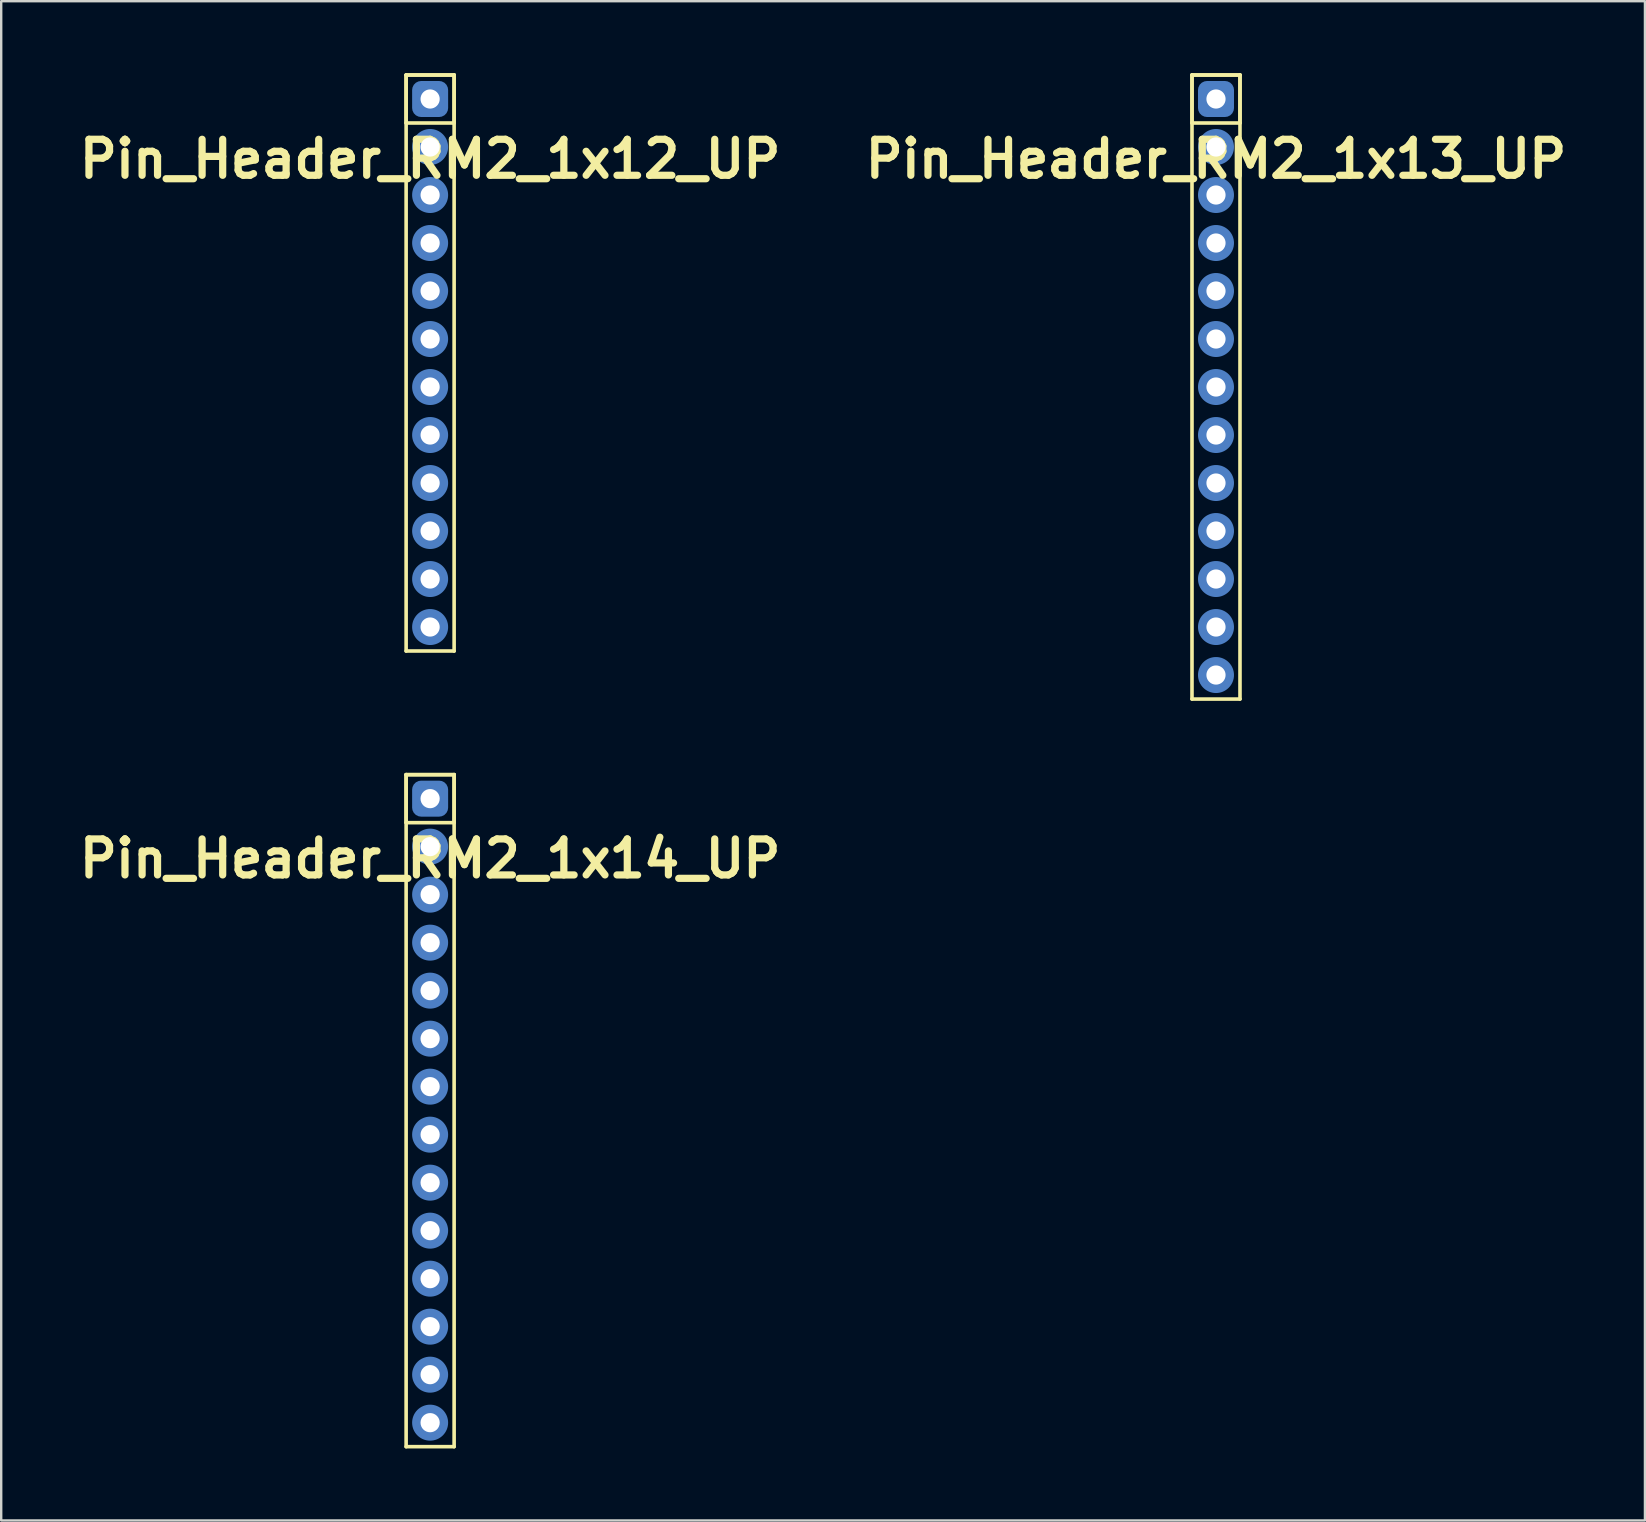
<source format=kicad_pcb>
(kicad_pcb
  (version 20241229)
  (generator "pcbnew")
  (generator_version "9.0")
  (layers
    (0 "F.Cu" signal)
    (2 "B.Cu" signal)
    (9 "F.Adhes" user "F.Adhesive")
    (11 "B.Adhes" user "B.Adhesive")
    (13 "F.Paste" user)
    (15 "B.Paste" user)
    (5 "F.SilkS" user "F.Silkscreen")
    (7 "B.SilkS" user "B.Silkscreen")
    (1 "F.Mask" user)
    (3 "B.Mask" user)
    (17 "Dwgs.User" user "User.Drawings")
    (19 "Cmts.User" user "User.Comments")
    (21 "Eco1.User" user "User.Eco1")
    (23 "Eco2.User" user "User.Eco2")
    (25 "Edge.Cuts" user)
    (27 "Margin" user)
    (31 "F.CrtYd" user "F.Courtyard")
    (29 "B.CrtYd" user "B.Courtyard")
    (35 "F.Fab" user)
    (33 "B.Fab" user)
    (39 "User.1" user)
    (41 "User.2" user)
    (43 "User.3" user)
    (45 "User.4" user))
  (footprint "Pin_Header_RM2_1x14_UP"
    (layer "F.Cu")
    (at 14.871 30.225)
    (property "Reference" "Pin_Header_RM2_1x14_UP" (at 0 2.5 0) (layer "F.SilkS") (effects (font (size 1.5 1.5) (thickness 0.3))))
    (attr through_hole)
    (fp_line (start -1 -1) (end 1 -1) (stroke (width 0.15) (type solid)) (layer "F.SilkS"))
    (fp_line (start -1 -1) (end 1 -1) (stroke (width 0.15) (type solid)) (layer "F.SilkS"))
    (fp_line (start -1 1) (end -1 -1) (stroke (width 0.15) (type solid)) (layer "F.SilkS"))
    (fp_line (start -1 27) (end -1 -1) (stroke (width 0.15) (type solid)) (layer "F.SilkS"))
    (fp_line (start 1 -1) (end 1 1) (stroke (width 0.15) (type solid)) (layer "F.SilkS"))
    (fp_line (start 1 -1) (end 1 27) (stroke (width 0.15) (type solid)) (layer "F.SilkS"))
    (fp_line (start 1 1) (end -1 1) (stroke (width 0.15) (type solid)) (layer "F.SilkS"))
    (fp_line (start 1 27) (end -1 27) (stroke (width 0.15) (type solid)) (layer "F.SilkS"))
    (pad "1" thru_hole circle (at 0 0) (size 1.1 1.1) (drill 0.8) (layers "*.Cu" "*.Mask"))
    (pad "1" smd roundrect (at 0 0) (size 1.25 1.25) (layers "F.Cu" "F.Mask") (roundrect_rratio 0.25))
    (pad "1" smd roundrect (at 0 0) (size 1.5 1.5) (layers "B.Cu" "B.Mask") (roundrect_rratio 0.25))
    (pad "2" thru_hole circle (at 0 2) (size 1.1 1.1) (drill 0.8) (layers "*.Cu" "*.Mask"))
    (pad "2" smd circle (at 0 2) (size 1.25 1.25) (layers "F.Cu" "F.Mask"))
    (pad "2" smd circle (at 0 2) (size 1.5 1.5) (layers "B.Cu" "B.Mask"))
    (pad "3" thru_hole circle (at 0 4) (size 1.1 1.1) (drill 0.8) (layers "*.Cu" "*.Mask"))
    (pad "3" smd circle (at 0 4) (size 1.25 1.25) (layers "F.Cu" "F.Mask"))
    (pad "3" smd circle (at 0 4) (size 1.5 1.5) (layers "B.Cu" "B.Mask"))
    (pad "4" thru_hole circle (at 0 6) (size 1.1 1.1) (drill 0.8) (layers "*.Cu" "*.Mask"))
    (pad "4" smd circle (at 0 6) (size 1.25 1.25) (layers "F.Cu" "F.Mask"))
    (pad "4" smd circle (at 0 6) (size 1.5 1.5) (layers "B.Cu" "B.Mask"))
    (pad "5" thru_hole circle (at 0 8) (size 1.1 1.1) (drill 0.8) (layers "*.Cu" "*.Mask"))
    (pad "5" smd circle (at 0 8) (size 1.25 1.25) (layers "F.Cu" "F.Mask"))
    (pad "5" smd circle (at 0 8) (size 1.5 1.5) (layers "B.Cu" "B.Mask"))
    (pad "6" thru_hole circle (at 0 10) (size 1.1 1.1) (drill 0.8) (layers "*.Cu" "*.Mask"))
    (pad "6" smd circle (at 0 10) (size 1.25 1.25) (layers "F.Cu" "F.Mask"))
    (pad "6" smd circle (at 0 10) (size 1.5 1.5) (layers "B.Cu" "B.Mask"))
    (pad "7" thru_hole circle (at 0 12) (size 1.1 1.1) (drill 0.8) (layers "*.Cu" "*.Mask"))
    (pad "7" smd circle (at 0 12) (size 1.25 1.25) (layers "F.Cu" "F.Mask"))
    (pad "7" smd circle (at 0 12) (size 1.5 1.5) (layers "B.Cu" "B.Mask"))
    (pad "8" thru_hole circle (at 0 14) (size 1.1 1.1) (drill 0.8) (layers "*.Cu" "*.Mask"))
    (pad "8" smd circle (at 0 14) (size 1.25 1.25) (layers "F.Cu" "F.Mask"))
    (pad "8" smd circle (at 0 14) (size 1.5 1.5) (layers "B.Cu" "B.Mask"))
    (pad "9" thru_hole circle (at 0 16) (size 1.1 1.1) (drill 0.8) (layers "*.Cu" "*.Mask"))
    (pad "9" smd circle (at 0 16) (size 1.25 1.25) (layers "F.Cu" "F.Mask"))
    (pad "9" smd circle (at 0 16) (size 1.5 1.5) (layers "B.Cu" "B.Mask"))
    (pad "10" thru_hole circle (at 0 18) (size 1.1 1.1) (drill 0.8) (layers "*.Cu" "*.Mask"))
    (pad "10" smd circle (at 0 18) (size 1.25 1.25) (layers "F.Cu" "F.Mask"))
    (pad "10" smd circle (at 0 18) (size 1.5 1.5) (layers "B.Cu" "B.Mask"))
    (pad "11" thru_hole circle (at 0 20) (size 1.1 1.1) (drill 0.8) (layers "*.Cu" "*.Mask"))
    (pad "11" smd circle (at 0 20) (size 1.25 1.25) (layers "F.Cu" "F.Mask"))
    (pad "11" smd circle (at 0 20) (size 1.5 1.5) (layers "B.Cu" "B.Mask"))
    (pad "12" thru_hole circle (at 0 22) (size 1.1 1.1) (drill 0.8) (layers "*.Cu" "*.Mask"))
    (pad "12" smd circle (at 0 22) (size 1.25 1.25) (layers "F.Cu" "F.Mask"))
    (pad "12" smd circle (at 0 22) (size 1.5 1.5) (layers "B.Cu" "B.Mask"))
    (pad "13" thru_hole circle (at 0 24) (size 1.1 1.1) (drill 0.8) (layers "*.Cu" "*.Mask"))
    (pad "13" smd circle (at 0 24) (size 1.25 1.25) (layers "F.Cu" "F.Mask"))
    (pad "13" smd circle (at 0 24) (size 1.5 1.5) (layers "B.Cu" "B.Mask"))
    (pad "14" thru_hole circle (at 0 26) (size 1.1 1.1) (drill 0.8) (layers "*.Cu" "*.Mask"))
    (pad "14" smd circle (at 0 26) (size 1.25 1.25) (layers "F.Cu" "F.Mask"))
    (pad "14" smd circle (at 0 26) (size 1.5 1.5) (layers "B.Cu" "B.Mask")))
  (footprint "Pin_Header_RM2_1x12_UP"
    (layer "F.Cu")
    (at 14.871 1.075)
    (property "Reference" "Pin_Header_RM2_1x12_UP" (at 0 2.5 0) (layer "F.SilkS") (effects (font (size 1.5 1.5) (thickness 0.3))))
    (attr through_hole)
    (fp_line (start -1 -1) (end 1 -1) (stroke (width 0.15) (type solid)) (layer "F.SilkS"))
    (fp_line (start -1 -1) (end 1 -1) (stroke (width 0.15) (type solid)) (layer "F.SilkS"))
    (fp_line (start -1 1) (end -1 -1) (stroke (width 0.15) (type solid)) (layer "F.SilkS"))
    (fp_line (start -1 23) (end -1 -1) (stroke (width 0.15) (type solid)) (layer "F.SilkS"))
    (fp_line (start 1 -1) (end 1 1) (stroke (width 0.15) (type solid)) (layer "F.SilkS"))
    (fp_line (start 1 -1) (end 1 23) (stroke (width 0.15) (type solid)) (layer "F.SilkS"))
    (fp_line (start 1 1) (end -1 1) (stroke (width 0.15) (type solid)) (layer "F.SilkS"))
    (fp_line (start 1 23) (end -1 23) (stroke (width 0.15) (type solid)) (layer "F.SilkS"))
    (pad "1" thru_hole circle (at 0 0) (size 1.1 1.1) (drill 0.8) (layers "*.Cu" "*.Mask"))
    (pad "1" smd roundrect (at 0 0) (size 1.25 1.25) (layers "F.Cu" "F.Mask") (roundrect_rratio 0.25))
    (pad "1" smd roundrect (at 0 0) (size 1.5 1.5) (layers "B.Cu" "B.Mask") (roundrect_rratio 0.25))
    (pad "2" thru_hole circle (at 0 2) (size 1.1 1.1) (drill 0.8) (layers "*.Cu" "*.Mask"))
    (pad "2" smd circle (at 0 2) (size 1.25 1.25) (layers "F.Cu" "F.Mask"))
    (pad "2" smd circle (at 0 2) (size 1.5 1.5) (layers "B.Cu" "B.Mask"))
    (pad "3" thru_hole circle (at 0 4) (size 1.1 1.1) (drill 0.8) (layers "*.Cu" "*.Mask"))
    (pad "3" smd circle (at 0 4) (size 1.25 1.25) (layers "F.Cu" "F.Mask"))
    (pad "3" smd circle (at 0 4) (size 1.5 1.5) (layers "B.Cu" "B.Mask"))
    (pad "4" thru_hole circle (at 0 6) (size 1.1 1.1) (drill 0.8) (layers "*.Cu" "*.Mask"))
    (pad "4" smd circle (at 0 6) (size 1.25 1.25) (layers "F.Cu" "F.Mask"))
    (pad "4" smd circle (at 0 6) (size 1.5 1.5) (layers "B.Cu" "B.Mask"))
    (pad "5" thru_hole circle (at 0 8) (size 1.1 1.1) (drill 0.8) (layers "*.Cu" "*.Mask"))
    (pad "5" smd circle (at 0 8) (size 1.25 1.25) (layers "F.Cu" "F.Mask"))
    (pad "5" smd circle (at 0 8) (size 1.5 1.5) (layers "B.Cu" "B.Mask"))
    (pad "6" thru_hole circle (at 0 10) (size 1.1 1.1) (drill 0.8) (layers "*.Cu" "*.Mask"))
    (pad "6" smd circle (at 0 10) (size 1.25 1.25) (layers "F.Cu" "F.Mask"))
    (pad "6" smd circle (at 0 10) (size 1.5 1.5) (layers "B.Cu" "B.Mask"))
    (pad "7" thru_hole circle (at 0 12) (size 1.1 1.1) (drill 0.8) (layers "*.Cu" "*.Mask"))
    (pad "7" smd circle (at 0 12) (size 1.25 1.25) (layers "F.Cu" "F.Mask"))
    (pad "7" smd circle (at 0 12) (size 1.5 1.5) (layers "B.Cu" "B.Mask"))
    (pad "8" thru_hole circle (at 0 14) (size 1.1 1.1) (drill 0.8) (layers "*.Cu" "*.Mask"))
    (pad "8" smd circle (at 0 14) (size 1.25 1.25) (layers "F.Cu" "F.Mask"))
    (pad "8" smd circle (at 0 14) (size 1.5 1.5) (layers "B.Cu" "B.Mask"))
    (pad "9" thru_hole circle (at 0 16) (size 1.1 1.1) (drill 0.8) (layers "*.Cu" "*.Mask"))
    (pad "9" smd circle (at 0 16) (size 1.25 1.25) (layers "F.Cu" "F.Mask"))
    (pad "9" smd circle (at 0 16) (size 1.5 1.5) (layers "B.Cu" "B.Mask"))
    (pad "10" thru_hole circle (at 0 18) (size 1.1 1.1) (drill 0.8) (layers "*.Cu" "*.Mask"))
    (pad "10" smd circle (at 0 18) (size 1.25 1.25) (layers "F.Cu" "F.Mask"))
    (pad "10" smd circle (at 0 18) (size 1.5 1.5) (layers "B.Cu" "B.Mask"))
    (pad "11" thru_hole circle (at 0 20) (size 1.1 1.1) (drill 0.8) (layers "*.Cu" "*.Mask"))
    (pad "11" smd circle (at 0 20) (size 1.25 1.25) (layers "F.Cu" "F.Mask"))
    (pad "11" smd circle (at 0 20) (size 1.5 1.5) (layers "B.Cu" "B.Mask"))
    (pad "12" thru_hole circle (at 0 22) (size 1.1 1.1) (drill 0.8) (layers "*.Cu" "*.Mask"))
    (pad "12" smd circle (at 0 22) (size 1.25 1.25) (layers "F.Cu" "F.Mask"))
    (pad "12" smd circle (at 0 22) (size 1.5 1.5) (layers "B.Cu" "B.Mask")))
  (footprint "Pin_Header_RM2_1x13_UP"
    (layer "F.Cu")
    (at 47.614 1.075)
    (property "Reference" "Pin_Header_RM2_1x13_UP" (at 0 2.5 0) (layer "F.SilkS") (effects (font (size 1.5 1.5) (thickness 0.3))))
    (attr through_hole)
    (fp_line (start -1 -1) (end 1 -1) (stroke (width 0.15) (type solid)) (layer "F.SilkS"))
    (fp_line (start -1 -1) (end 1 -1) (stroke (width 0.15) (type solid)) (layer "F.SilkS"))
    (fp_line (start -1 1) (end -1 -1) (stroke (width 0.15) (type solid)) (layer "F.SilkS"))
    (fp_line (start -1 25) (end -1 -1) (stroke (width 0.15) (type solid)) (layer "F.SilkS"))
    (fp_line (start 1 -1) (end 1 1) (stroke (width 0.15) (type solid)) (layer "F.SilkS"))
    (fp_line (start 1 -1) (end 1 25) (stroke (width 0.15) (type solid)) (layer "F.SilkS"))
    (fp_line (start 1 1) (end -1 1) (stroke (width 0.15) (type solid)) (layer "F.SilkS"))
    (fp_line (start 1 25) (end -1 25) (stroke (width 0.15) (type solid)) (layer "F.SilkS"))
    (pad "1" thru_hole circle (at 0 0) (size 1.1 1.1) (drill 0.8) (layers "*.Cu" "*.Mask"))
    (pad "1" smd roundrect (at 0 0) (size 1.25 1.25) (layers "F.Cu" "F.Mask") (roundrect_rratio 0.25))
    (pad "1" smd roundrect (at 0 0) (size 1.5 1.5) (layers "B.Cu" "B.Mask") (roundrect_rratio 0.25))
    (pad "2" thru_hole circle (at 0 2) (size 1.1 1.1) (drill 0.8) (layers "*.Cu" "*.Mask"))
    (pad "2" smd circle (at 0 2) (size 1.25 1.25) (layers "F.Cu" "F.Mask"))
    (pad "2" smd circle (at 0 2) (size 1.5 1.5) (layers "B.Cu" "B.Mask"))
    (pad "3" thru_hole circle (at 0 4) (size 1.1 1.1) (drill 0.8) (layers "*.Cu" "*.Mask"))
    (pad "3" smd circle (at 0 4) (size 1.25 1.25) (layers "F.Cu" "F.Mask"))
    (pad "3" smd circle (at 0 4) (size 1.5 1.5) (layers "B.Cu" "B.Mask"))
    (pad "4" thru_hole circle (at 0 6) (size 1.1 1.1) (drill 0.8) (layers "*.Cu" "*.Mask"))
    (pad "4" smd circle (at 0 6) (size 1.25 1.25) (layers "F.Cu" "F.Mask"))
    (pad "4" smd circle (at 0 6) (size 1.5 1.5) (layers "B.Cu" "B.Mask"))
    (pad "5" thru_hole circle (at 0 8) (size 1.1 1.1) (drill 0.8) (layers "*.Cu" "*.Mask"))
    (pad "5" smd circle (at 0 8) (size 1.25 1.25) (layers "F.Cu" "F.Mask"))
    (pad "5" smd circle (at 0 8) (size 1.5 1.5) (layers "B.Cu" "B.Mask"))
    (pad "6" thru_hole circle (at 0 10) (size 1.1 1.1) (drill 0.8) (layers "*.Cu" "*.Mask"))
    (pad "6" smd circle (at 0 10) (size 1.25 1.25) (layers "F.Cu" "F.Mask"))
    (pad "6" smd circle (at 0 10) (size 1.5 1.5) (layers "B.Cu" "B.Mask"))
    (pad "7" thru_hole circle (at 0 12) (size 1.1 1.1) (drill 0.8) (layers "*.Cu" "*.Mask"))
    (pad "7" smd circle (at 0 12) (size 1.25 1.25) (layers "F.Cu" "F.Mask"))
    (pad "7" smd circle (at 0 12) (size 1.5 1.5) (layers "B.Cu" "B.Mask"))
    (pad "8" thru_hole circle (at 0 14) (size 1.1 1.1) (drill 0.8) (layers "*.Cu" "*.Mask"))
    (pad "8" smd circle (at 0 14) (size 1.25 1.25) (layers "F.Cu" "F.Mask"))
    (pad "8" smd circle (at 0 14) (size 1.5 1.5) (layers "B.Cu" "B.Mask"))
    (pad "9" thru_hole circle (at 0 16) (size 1.1 1.1) (drill 0.8) (layers "*.Cu" "*.Mask"))
    (pad "9" smd circle (at 0 16) (size 1.25 1.25) (layers "F.Cu" "F.Mask"))
    (pad "9" smd circle (at 0 16) (size 1.5 1.5) (layers "B.Cu" "B.Mask"))
    (pad "10" thru_hole circle (at 0 18) (size 1.1 1.1) (drill 0.8) (layers "*.Cu" "*.Mask"))
    (pad "10" smd circle (at 0 18) (size 1.25 1.25) (layers "F.Cu" "F.Mask"))
    (pad "10" smd circle (at 0 18) (size 1.5 1.5) (layers "B.Cu" "B.Mask"))
    (pad "11" thru_hole circle (at 0 20) (size 1.1 1.1) (drill 0.8) (layers "*.Cu" "*.Mask"))
    (pad "11" smd circle (at 0 20) (size 1.25 1.25) (layers "F.Cu" "F.Mask"))
    (pad "11" smd circle (at 0 20) (size 1.5 1.5) (layers "B.Cu" "B.Mask"))
    (pad "12" thru_hole circle (at 0 22) (size 1.1 1.1) (drill 0.8) (layers "*.Cu" "*.Mask"))
    (pad "12" smd circle (at 0 22) (size 1.25 1.25) (layers "F.Cu" "F.Mask"))
    (pad "12" smd circle (at 0 22) (size 1.5 1.5) (layers "B.Cu" "B.Mask"))
    (pad "13" thru_hole circle (at 0 24) (size 1.1 1.1) (drill 0.8) (layers "*.Cu" "*.Mask"))
    (pad "13" smd circle (at 0 24) (size 1.25 1.25) (layers "F.Cu" "F.Mask"))
    (pad "13" smd circle (at 0 24) (size 1.5 1.5) (layers "B.Cu" "B.Mask")))
  (gr_rect
    (start -3 -3)
    (end 65.486 60.3)
    (stroke (width 0.1) (type default))
    (fill no)
    (layer "Edge.Cuts")))
</source>
